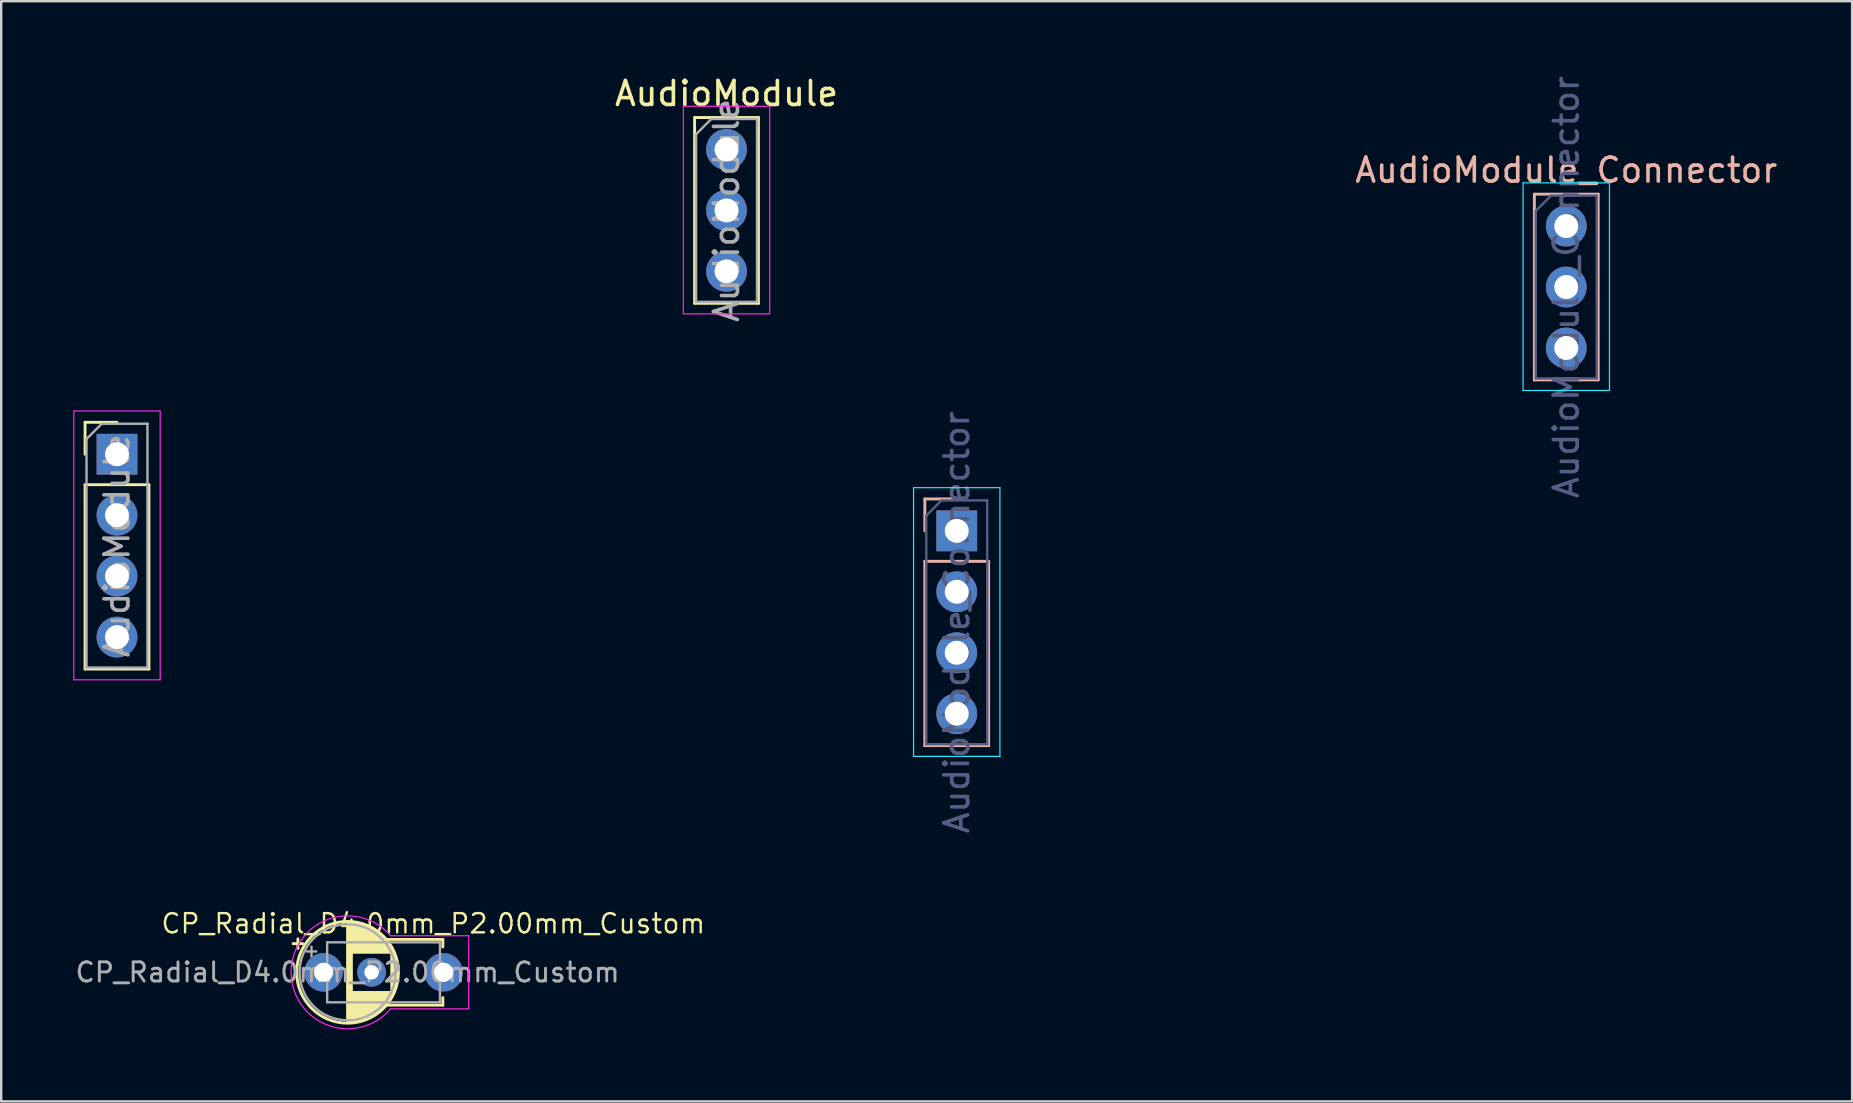
<source format=kicad_pcb>
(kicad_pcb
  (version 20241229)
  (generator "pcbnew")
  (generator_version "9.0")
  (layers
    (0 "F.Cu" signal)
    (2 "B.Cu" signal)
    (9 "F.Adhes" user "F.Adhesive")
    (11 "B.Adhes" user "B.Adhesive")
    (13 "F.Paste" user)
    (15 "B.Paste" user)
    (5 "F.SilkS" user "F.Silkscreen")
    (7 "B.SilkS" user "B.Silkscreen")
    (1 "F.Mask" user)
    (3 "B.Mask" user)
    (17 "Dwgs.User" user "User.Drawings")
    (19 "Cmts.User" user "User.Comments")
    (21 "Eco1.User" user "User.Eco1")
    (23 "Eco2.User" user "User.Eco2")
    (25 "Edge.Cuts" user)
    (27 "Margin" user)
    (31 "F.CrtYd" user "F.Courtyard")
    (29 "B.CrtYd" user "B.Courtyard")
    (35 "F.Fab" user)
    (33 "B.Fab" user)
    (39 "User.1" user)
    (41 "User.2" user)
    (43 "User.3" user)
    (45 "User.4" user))
  (footprint "CP_Radial_D4.0mm_P2.00mm_Custom"
    (layer "F.Cu")
    (at 10.433 37.467)
    (property "Reference" "CP_Radial_D4.0mm_P2.00mm_Custom" (at 4.572 -2.032 0) (layer "F.SilkS") (effects (font (size 0.8 0.8) (thickness 0.1))))
    (attr through_hole)
    (fp_line (start -1.27 -1.195) (end -0.87 -1.195) (stroke (width 0.12) (type solid)) (layer "F.SilkS"))
    (fp_line (start -1.07 -1.395) (end -1.07 -0.995) (stroke (width 0.12) (type solid)) (layer "F.SilkS"))
    (fp_line (start 1 -2.08) (end 1 2.08) (stroke (width 0.12) (type solid)) (layer "F.SilkS"))
    (fp_line (start 1.04 -2.08) (end 1.04 2.08) (stroke (width 0.12) (type solid)) (layer "F.SilkS"))
    (fp_line (start 1.08 -2.079) (end 1.08 2.079) (stroke (width 0.12) (type solid)) (layer "F.SilkS"))
    (fp_line (start 1.12 -2.077) (end 1.12 2.077) (stroke (width 0.12) (type solid)) (layer "F.SilkS"))
    (fp_line (start 1.16 -2.074) (end 1.16 2.074) (stroke (width 0.12) (type solid)) (layer "F.SilkS"))
    (fp_line (start 1.2 -2.071) (end 1.2 -0.84) (stroke (width 0.12) (type solid)) (layer "F.SilkS"))
    (fp_line (start 1.2 0.84) (end 1.2 2.071) (stroke (width 0.12) (type solid)) (layer "F.SilkS"))
    (fp_line (start 1.24 -2.067) (end 1.24 -0.84) (stroke (width 0.12) (type solid)) (layer "F.SilkS"))
    (fp_line (start 1.24 0.84) (end 1.24 2.067) (stroke (width 0.12) (type solid)) (layer "F.SilkS"))
    (fp_line (start 1.28 -2.062) (end 1.28 -0.84) (stroke (width 0.12) (type solid)) (layer "F.SilkS"))
    (fp_line (start 1.28 0.84) (end 1.28 2.062) (stroke (width 0.12) (type solid)) (layer "F.SilkS"))
    (fp_line (start 1.32 -2.056) (end 1.32 -0.84) (stroke (width 0.12) (type solid)) (layer "F.SilkS"))
    (fp_line (start 1.32 0.84) (end 1.32 2.056) (stroke (width 0.12) (type solid)) (layer "F.SilkS"))
    (fp_line (start 1.36 -2.05) (end 1.36 -0.84) (stroke (width 0.12) (type solid)) (layer "F.SilkS"))
    (fp_line (start 1.36 0.84) (end 1.36 2.05) (stroke (width 0.12) (type solid)) (layer "F.SilkS"))
    (fp_line (start 1.4 -2.042) (end 1.4 -0.84) (stroke (width 0.12) (type solid)) (layer "F.SilkS"))
    (fp_line (start 1.4 0.84) (end 1.4 2.042) (stroke (width 0.12) (type solid)) (layer "F.SilkS"))
    (fp_line (start 1.44 -2.034) (end 1.44 -0.84) (stroke (width 0.12) (type solid)) (layer "F.SilkS"))
    (fp_line (start 1.44 0.84) (end 1.44 2.034) (stroke (width 0.12) (type solid)) (layer "F.SilkS"))
    (fp_line (start 1.48 -2.025) (end 1.48 -0.84) (stroke (width 0.12) (type solid)) (layer "F.SilkS"))
    (fp_line (start 1.48 0.84) (end 1.48 2.025) (stroke (width 0.12) (type solid)) (layer "F.SilkS"))
    (fp_line (start 1.52 -2.016) (end 1.52 -0.84) (stroke (width 0.12) (type solid)) (layer "F.SilkS"))
    (fp_line (start 1.52 0.84) (end 1.52 2.016) (stroke (width 0.12) (type solid)) (layer "F.SilkS"))
    (fp_line (start 1.56 -2.005) (end 1.56 -0.84) (stroke (width 0.12) (type solid)) (layer "F.SilkS"))
    (fp_line (start 1.56 0.84) (end 1.56 2.005) (stroke (width 0.12) (type solid)) (layer "F.SilkS"))
    (fp_line (start 1.6 -1.994) (end 1.6 -0.84) (stroke (width 0.12) (type solid)) (layer "F.SilkS"))
    (fp_line (start 1.6 0.84) (end 1.6 1.994) (stroke (width 0.12) (type solid)) (layer "F.SilkS"))
    (fp_line (start 1.64 -1.982) (end 1.64 -0.84) (stroke (width 0.12) (type solid)) (layer "F.SilkS"))
    (fp_line (start 1.64 0.84) (end 1.64 1.982) (stroke (width 0.12) (type solid)) (layer "F.SilkS"))
    (fp_line (start 1.68 -1.968) (end 1.68 -0.84) (stroke (width 0.12) (type solid)) (layer "F.SilkS"))
    (fp_line (start 1.68 0.84) (end 1.68 1.968) (stroke (width 0.12) (type solid)) (layer "F.SilkS"))
    (fp_line (start 1.721 -1.954) (end 1.721 -0.84) (stroke (width 0.12) (type solid)) (layer "F.SilkS"))
    (fp_line (start 1.721 0.84) (end 1.721 1.954) (stroke (width 0.12) (type solid)) (layer "F.SilkS"))
    (fp_line (start 1.761 -1.94) (end 1.761 -0.84) (stroke (width 0.12) (type solid)) (layer "F.SilkS"))
    (fp_line (start 1.761 0.84) (end 1.761 1.94) (stroke (width 0.12) (type solid)) (layer "F.SilkS"))
    (fp_line (start 1.801 -1.924) (end 1.801 -0.84) (stroke (width 0.12) (type solid)) (layer "F.SilkS"))
    (fp_line (start 1.801 0.84) (end 1.801 1.924) (stroke (width 0.12) (type solid)) (layer "F.SilkS"))
    (fp_line (start 1.841 -1.907) (end 1.841 -0.84) (stroke (width 0.12) (type solid)) (layer "F.SilkS"))
    (fp_line (start 1.841 0.84) (end 1.841 1.907) (stroke (width 0.12) (type solid)) (layer "F.SilkS"))
    (fp_line (start 1.881 -1.889) (end 1.881 -0.84) (stroke (width 0.12) (type solid)) (layer "F.SilkS"))
    (fp_line (start 1.881 0.84) (end 1.881 1.889) (stroke (width 0.12) (type solid)) (layer "F.SilkS"))
    (fp_line (start 1.921 -1.87) (end 1.921 -0.84) (stroke (width 0.12) (type solid)) (layer "F.SilkS"))
    (fp_line (start 1.921 0.84) (end 1.921 1.87) (stroke (width 0.12) (type solid)) (layer "F.SilkS"))
    (fp_line (start 1.961 -1.851) (end 1.961 -0.84) (stroke (width 0.12) (type solid)) (layer "F.SilkS"))
    (fp_line (start 1.961 0.84) (end 1.961 1.851) (stroke (width 0.12) (type solid)) (layer "F.SilkS"))
    (fp_line (start 2.001 -1.83) (end 2.001 -0.84) (stroke (width 0.12) (type solid)) (layer "F.SilkS"))
    (fp_line (start 2.001 0.84) (end 2.001 1.83) (stroke (width 0.12) (type solid)) (layer "F.SilkS"))
    (fp_line (start 2.041 -1.808) (end 2.041 -0.84) (stroke (width 0.12) (type solid)) (layer "F.SilkS"))
    (fp_line (start 2.041 0.84) (end 2.041 1.808) (stroke (width 0.12) (type solid)) (layer "F.SilkS"))
    (fp_line (start 2.081 -1.785) (end 2.081 -0.84) (stroke (width 0.12) (type solid)) (layer "F.SilkS"))
    (fp_line (start 2.081 0.84) (end 2.081 1.785) (stroke (width 0.12) (type solid)) (layer "F.SilkS"))
    (fp_line (start 2.121 -1.76) (end 2.121 -0.84) (stroke (width 0.12) (type solid)) (layer "F.SilkS"))
    (fp_line (start 2.121 0.84) (end 2.121 1.76) (stroke (width 0.12) (type solid)) (layer "F.SilkS"))
    (fp_line (start 2.161 -1.735) (end 2.161 -0.84) (stroke (width 0.12) (type solid)) (layer "F.SilkS"))
    (fp_line (start 2.161 0.84) (end 2.161 1.735) (stroke (width 0.12) (type solid)) (layer "F.SilkS"))
    (fp_line (start 2.201 -1.708) (end 2.201 -0.84) (stroke (width 0.12) (type solid)) (layer "F.SilkS"))
    (fp_line (start 2.201 0.84) (end 2.201 1.708) (stroke (width 0.12) (type solid)) (layer "F.SilkS"))
    (fp_line (start 2.241 -1.68) (end 2.241 -0.84) (stroke (width 0.12) (type solid)) (layer "F.SilkS"))
    (fp_line (start 2.241 0.84) (end 2.241 1.68) (stroke (width 0.12) (type solid)) (layer "F.SilkS"))
    (fp_line (start 2.281 -1.65) (end 2.281 -0.84) (stroke (width 0.12) (type solid)) (layer "F.SilkS"))
    (fp_line (start 2.281 0.84) (end 2.281 1.65) (stroke (width 0.12) (type solid)) (layer "F.SilkS"))
    (fp_line (start 2.321 -1.619) (end 2.321 -0.84) (stroke (width 0.12) (type solid)) (layer "F.SilkS"))
    (fp_line (start 2.321 0.84) (end 2.321 1.619) (stroke (width 0.12) (type solid)) (layer "F.SilkS"))
    (fp_line (start 2.361 -1.587) (end 2.361 -0.84) (stroke (width 0.12) (type solid)) (layer "F.SilkS"))
    (fp_line (start 2.361 0.84) (end 2.361 1.587) (stroke (width 0.12) (type solid)) (layer "F.SilkS"))
    (fp_line (start 2.401 -1.552) (end 2.401 -0.84) (stroke (width 0.12) (type solid)) (layer "F.SilkS"))
    (fp_line (start 2.401 0.84) (end 2.401 1.552) (stroke (width 0.12) (type solid)) (layer "F.SilkS"))
    (fp_line (start 2.441 -1.516) (end 2.441 -0.84) (stroke (width 0.12) (type solid)) (layer "F.SilkS"))
    (fp_line (start 2.441 0.84) (end 2.441 1.516) (stroke (width 0.12) (type solid)) (layer "F.SilkS"))
    (fp_line (start 2.481 -1.478) (end 2.481 -0.84) (stroke (width 0.12) (type solid)) (layer "F.SilkS"))
    (fp_line (start 2.481 0.84) (end 2.481 1.478) (stroke (width 0.12) (type solid)) (layer "F.SilkS"))
    (fp_line (start 2.521 -1.438) (end 2.521 -0.84) (stroke (width 0.12) (type solid)) (layer "F.SilkS"))
    (fp_line (start 2.521 0.84) (end 2.521 1.438) (stroke (width 0.12) (type solid)) (layer "F.SilkS"))
    (fp_line (start 2.54 -1.37) (end 4.97 -1.37) (stroke (width 0.12) (type solid)) (layer "F.SilkS"))
    (fp_line (start 2.54 1.37) (end 4.97 1.37) (stroke (width 0.12) (type solid)) (layer "F.SilkS"))
    (fp_line (start 2.561 -1.396) (end 2.561 -0.84) (stroke (width 0.12) (type solid)) (layer "F.SilkS"))
    (fp_line (start 2.561 0.84) (end 2.561 1.396) (stroke (width 0.12) (type solid)) (layer "F.SilkS"))
    (fp_line (start 2.601 -1.351) (end 2.601 -0.84) (stroke (width 0.12) (type solid)) (layer "F.SilkS"))
    (fp_line (start 2.601 0.84) (end 2.601 1.351) (stroke (width 0.12) (type solid)) (layer "F.SilkS"))
    (fp_line (start 2.641 -1.304) (end 2.641 -0.84) (stroke (width 0.12) (type solid)) (layer "F.SilkS"))
    (fp_line (start 2.641 0.84) (end 2.641 1.304) (stroke (width 0.12) (type solid)) (layer "F.SilkS"))
    (fp_line (start 2.681 -1.254) (end 2.681 -0.84) (stroke (width 0.12) (type solid)) (layer "F.SilkS"))
    (fp_line (start 2.681 0.84) (end 2.681 1.254) (stroke (width 0.12) (type solid)) (layer "F.SilkS"))
    (fp_line (start 2.721 -1.2) (end 2.721 -0.84) (stroke (width 0.12) (type solid)) (layer "F.SilkS"))
    (fp_line (start 2.721 0.84) (end 2.721 1.2) (stroke (width 0.12) (type solid)) (layer "F.SilkS"))
    (fp_line (start 2.761 -1.142) (end 2.761 -0.84) (stroke (width 0.12) (type solid)) (layer "F.SilkS"))
    (fp_line (start 2.761 0.84) (end 2.761 1.142) (stroke (width 0.12) (type solid)) (layer "F.SilkS"))
    (fp_line (start 2.801 -1.08) (end 2.801 -0.84) (stroke (width 0.12) (type solid)) (layer "F.SilkS"))
    (fp_line (start 2.801 0.84) (end 2.801 1.08) (stroke (width 0.12) (type solid)) (layer "F.SilkS"))
    (fp_line (start 2.841 -1.013) (end 2.841 1.013) (stroke (width 0.12) (type solid)) (layer "F.SilkS"))
    (fp_line (start 2.881 -0.94) (end 2.881 0.94) (stroke (width 0.12) (type solid)) (layer "F.SilkS"))
    (fp_line (start 2.921 -0.859) (end 2.921 0.859) (stroke (width 0.12) (type solid)) (layer "F.SilkS"))
    (fp_line (start 2.961 -0.768) (end 2.961 0.768) (stroke (width 0.12) (type solid)) (layer "F.SilkS"))
    (fp_line (start 3.001 -0.664) (end 3.001 0.664) (stroke (width 0.12) (type solid)) (layer "F.SilkS"))
    (fp_line (start 3.041 -0.537) (end 3.041 0.537) (stroke (width 0.12) (type solid)) (layer "F.SilkS"))
    (fp_line (start 3.081 -0.37) (end 3.081 0.37) (stroke (width 0.12) (type solid)) (layer "F.SilkS"))
    (fp_line (start 4.97 -1.37) (end 4.97 -1.055) (stroke (width 0.12) (type solid)) (layer "F.SilkS"))
    (fp_line (start 4.97 1.055) (end 4.97 1.37) (stroke (width 0.12) (type solid)) (layer "F.SilkS"))
    (fp_circle (center 1 0) (end 3.12 0) (stroke (width 0.12) (type solid)) (fill no) (layer "F.SilkS"))
    (fp_line (start 2.794 1.524) (end 6.05 1.524) (stroke (width 0.05) (type solid)) (layer "F.CrtYd"))
    (fp_line (start 6.05 -1.524) (end 2.794 -1.524) (stroke (width 0.05) (type solid)) (layer "F.CrtYd"))
    (fp_line (start 6.05 1.524) (end 6.05 -1.524) (stroke (width 0.05) (type solid)) (layer "F.CrtYd"))
    (fp_arc (start 2.794 1.524) (mid -1.353935 0) (end 2.794 -1.524) (stroke (width 0.05) (type default)) (layer "F.CrtYd"))
    (fp_line (start -0.703 -0.868) (end -0.303 -0.868) (stroke (width 0.1) (type solid)) (layer "F.Fab"))
    (fp_line (start -0.503 -1.067) (end -0.503 -0.667) (stroke (width 0.1) (type solid)) (layer "F.Fab"))
    (fp_line (start 0.15 -1.25) (end 0.15 1.25) (stroke (width 0.1) (type solid)) (layer "F.Fab"))
    (fp_line (start 0.15 1.25) (end 4.85 1.25) (stroke (width 0.1) (type solid)) (layer "F.Fab"))
    (fp_line (start 4.85 -1.25) (end 0.15 -1.25) (stroke (width 0.1) (type solid)) (layer "F.Fab"))
    (fp_line (start 4.85 1.25) (end 4.85 -1.25) (stroke (width 0.1) (type solid)) (layer "F.Fab"))
    (fp_circle (center 1 0) (end 3 0) (stroke (width 0.1) (type solid)) (fill no) (layer "F.Fab"))
    (fp_text user "${REFERENCE}" (at 1 0 0) (layer "F.Fab") (effects (font (size 0.8 0.8) (thickness 0.12))))
    (pad "1" thru_hole circle (at 0 0) (size 1.6 1.6) (drill 0.8) (layers "*.Cu" "*.Mask"))
    (pad "2" thru_hole circle (at 2 0) (size 1.2 1.2) (drill 0.6) (layers "*.Cu" "*.Mask"))
    (pad "2" thru_hole circle (at 5 0) (size 1.6 1.6) (drill 0.8) (layers "*.Cu" "*.Mask")))
  (footprint "AudioModule_Connector"
    (layer "F.Cu")
    (at 62.218 6.371)
    (property "Reference" "AudioModule_Connector" (at 0 -2.33 0) (layer "B.SilkS") (effects (font (size 1 1) (thickness 0.15))))
    (attr through_hole)
    (fp_line (start -26.73 11.37) (end -25.4 11.37) (stroke (width 0.12) (type solid)) (layer "B.SilkS"))
    (fp_line (start -26.73 12.7) (end -26.73 11.37) (stroke (width 0.12) (type solid)) (layer "B.SilkS"))
    (fp_line (start -26.73 13.97) (end -26.73 21.65) (stroke (width 0.12) (type solid)) (layer "B.SilkS"))
    (fp_line (start -26.73 13.97) (end -24.07 13.97) (stroke (width 0.12) (type solid)) (layer "B.SilkS"))
    (fp_line (start -26.73 21.65) (end -24.07 21.65) (stroke (width 0.12) (type solid)) (layer "B.SilkS"))
    (fp_line (start -24.07 13.97) (end -24.07 21.65) (stroke (width 0.12) (type solid)) (layer "B.SilkS"))
    (fp_line (start -1.33 -1.33) (end -1.33 6.41) (stroke (width 0.12) (type solid)) (layer "B.SilkS"))
    (fp_line (start -1.33 -1.33) (end 1.33 -1.33) (stroke (width 0.12) (type solid)) (layer "B.SilkS"))
    (fp_line (start -1.33 6.41) (end 1.33 6.41) (stroke (width 0.12) (type solid)) (layer "B.SilkS"))
    (fp_line (start 1.33 -1.33) (end 1.33 6.41) (stroke (width 0.12) (type solid)) (layer "B.SilkS"))
    (fp_line (start -27.2 10.9) (end -27.2 22.1) (stroke (width 0.05) (type solid)) (layer "B.CrtYd"))
    (fp_line (start -27.2 22.1) (end -23.6 22.1) (stroke (width 0.05) (type solid)) (layer "B.CrtYd"))
    (fp_line (start -23.6 10.9) (end -27.2 10.9) (stroke (width 0.05) (type solid)) (layer "B.CrtYd"))
    (fp_line (start -23.6 22.1) (end -23.6 10.9) (stroke (width 0.05) (type solid)) (layer "B.CrtYd"))
    (fp_line (start -1.8 -1.8) (end -1.8 6.85) (stroke (width 0.05) (type solid)) (layer "B.CrtYd"))
    (fp_line (start -1.8 6.85) (end 1.8 6.85) (stroke (width 0.05) (type solid)) (layer "B.CrtYd"))
    (fp_line (start 1.8 -1.8) (end -1.8 -1.8) (stroke (width 0.05) (type solid)) (layer "B.CrtYd"))
    (fp_line (start 1.8 6.85) (end 1.8 -1.8) (stroke (width 0.05) (type solid)) (layer "B.CrtYd"))
    (fp_line (start -26.67 12.065) (end -26.035 11.43) (stroke (width 0.1) (type solid)) (layer "B.Fab"))
    (fp_line (start -26.67 21.59) (end -26.67 12.065) (stroke (width 0.1) (type solid)) (layer "B.Fab"))
    (fp_line (start -26.035 11.43) (end -24.13 11.43) (stroke (width 0.1) (type solid)) (layer "B.Fab"))
    (fp_line (start -24.13 11.43) (end -24.13 21.59) (stroke (width 0.1) (type solid)) (layer "B.Fab"))
    (fp_line (start -24.13 21.59) (end -26.67 21.59) (stroke (width 0.1) (type solid)) (layer "B.Fab"))
    (fp_line (start -1.27 -0.635) (end -0.635 -1.27) (stroke (width 0.1) (type solid)) (layer "B.Fab"))
    (fp_line (start -1.27 6.35) (end -1.27 -0.635) (stroke (width 0.1) (type solid)) (layer "B.Fab"))
    (fp_line (start -0.635 -1.27) (end 1.27 -1.27) (stroke (width 0.1) (type solid)) (layer "B.Fab"))
    (fp_line (start 1.27 -1.27) (end 1.27 6.35) (stroke (width 0.1) (type solid)) (layer "B.Fab"))
    (fp_line (start 1.27 6.35) (end -1.27 6.35) (stroke (width 0.1) (type solid)) (layer "B.Fab"))
    (fp_text user "${REFERENCE}" (at -25.4 16.51 90) (layer "B.Fab") (effects (font (size 1 1) (thickness 0.15))))
    (fp_text user "${REFERENCE}" (at 0 2.54 90) (layer "B.Fab") (effects (font (size 1 1) (thickness 0.15))))
    (pad "1" thru_hole rect (at -25.4 12.7) (size 1.7 1.7) (drill 1) (layers "*.Cu" "*.Mask"))
    (pad "2" thru_hole oval (at -25.4 15.24) (size 1.7 1.7) (drill 1) (layers "*.Cu" "*.Mask"))
    (pad "3" thru_hole oval (at -25.4 17.78) (size 1.7 1.7) (drill 1) (layers "*.Cu" "*.Mask"))
    (pad "4" thru_hole oval (at -25.4 20.32) (size 1.7 1.7) (drill 1) (layers "*.Cu" "*.Mask"))
    (pad "5" thru_hole oval (at 0 5.08) (size 1.7 1.7) (drill 1) (layers "*.Cu" "*.Mask"))
    (pad "6" thru_hole oval (at 0 2.54) (size 1.7 1.7) (drill 1) (layers "*.Cu" "*.Mask"))
    (pad "7" thru_hole oval (at 0 0) (size 1.7 1.7) (drill 1) (layers "*.Cu" "*.Mask")))
  (footprint "AudioModule"
    (layer "F.Cu")
    (at 27.225 3.178)
    (property "Reference" "AudioModule" (at 0 -2.33 0) (layer "F.SilkS") (effects (font (size 1 1) (thickness 0.15))))
    (attr through_hole)
    (fp_line (start -26.73 11.37) (end -25.4 11.37) (stroke (width 0.12) (type solid)) (layer "F.SilkS"))
    (fp_line (start -26.73 12.7) (end -26.73 11.37) (stroke (width 0.12) (type solid)) (layer "F.SilkS"))
    (fp_line (start -26.73 13.97) (end -26.73 21.65) (stroke (width 0.12) (type solid)) (layer "F.SilkS"))
    (fp_line (start -26.73 13.97) (end -24.07 13.97) (stroke (width 0.12) (type solid)) (layer "F.SilkS"))
    (fp_line (start -26.73 21.65) (end -24.07 21.65) (stroke (width 0.12) (type solid)) (layer "F.SilkS"))
    (fp_line (start -24.07 13.97) (end -24.07 21.65) (stroke (width 0.12) (type solid)) (layer "F.SilkS"))
    (fp_line (start -1.33 -1.33) (end -1.33 6.41) (stroke (width 0.12) (type solid)) (layer "F.SilkS"))
    (fp_line (start -1.33 -1.33) (end 1.33 -1.33) (stroke (width 0.12) (type solid)) (layer "F.SilkS"))
    (fp_line (start -1.33 6.41) (end 1.33 6.41) (stroke (width 0.12) (type solid)) (layer "F.SilkS"))
    (fp_line (start 1.33 -1.33) (end 1.33 6.41) (stroke (width 0.12) (type solid)) (layer "F.SilkS"))
    (fp_line (start -27.2 10.9) (end -27.2 22.1) (stroke (width 0.05) (type solid)) (layer "F.CrtYd"))
    (fp_line (start -27.2 22.1) (end -23.6 22.1) (stroke (width 0.05) (type solid)) (layer "F.CrtYd"))
    (fp_line (start -23.6 10.9) (end -27.2 10.9) (stroke (width 0.05) (type solid)) (layer "F.CrtYd"))
    (fp_line (start -23.6 22.1) (end -23.6 10.9) (stroke (width 0.05) (type solid)) (layer "F.CrtYd"))
    (fp_line (start -1.8 -1.8) (end -1.8 6.85) (stroke (width 0.05) (type solid)) (layer "F.CrtYd"))
    (fp_line (start -1.8 6.85) (end 1.8 6.85) (stroke (width 0.05) (type solid)) (layer "F.CrtYd"))
    (fp_line (start 1.8 -1.8) (end -1.8 -1.8) (stroke (width 0.05) (type solid)) (layer "F.CrtYd"))
    (fp_line (start 1.8 6.85) (end 1.8 -1.8) (stroke (width 0.05) (type solid)) (layer "F.CrtYd"))
    (fp_line (start -26.67 12.065) (end -26.035 11.43) (stroke (width 0.1) (type solid)) (layer "F.Fab"))
    (fp_line (start -26.67 21.59) (end -26.67 12.065) (stroke (width 0.1) (type solid)) (layer "F.Fab"))
    (fp_line (start -26.035 11.43) (end -24.13 11.43) (stroke (width 0.1) (type solid)) (layer "F.Fab"))
    (fp_line (start -24.13 11.43) (end -24.13 21.59) (stroke (width 0.1) (type solid)) (layer "F.Fab"))
    (fp_line (start -24.13 21.59) (end -26.67 21.59) (stroke (width 0.1) (type solid)) (layer "F.Fab"))
    (fp_line (start -1.27 -0.635) (end -0.635 -1.27) (stroke (width 0.1) (type solid)) (layer "F.Fab"))
    (fp_line (start -1.27 6.35) (end -1.27 -0.635) (stroke (width 0.1) (type solid)) (layer "F.Fab"))
    (fp_line (start -0.635 -1.27) (end 1.27 -1.27) (stroke (width 0.1) (type solid)) (layer "F.Fab"))
    (fp_line (start 1.27 -1.27) (end 1.27 6.35) (stroke (width 0.1) (type solid)) (layer "F.Fab"))
    (fp_line (start 1.27 6.35) (end -1.27 6.35) (stroke (width 0.1) (type solid)) (layer "F.Fab"))
    (fp_text user "${REFERENCE}" (at 0 2.54 90) (layer "F.Fab") (effects (font (size 1 1) (thickness 0.15))))
    (fp_text user "${REFERENCE}" (at -25.4 16.51 90) (layer "F.Fab") (effects (font (size 1 1) (thickness 0.15))))
    (pad "1" thru_hole rect (at -25.4 12.7) (size 1.7 1.7) (drill 1) (layers "*.Cu" "*.Mask"))
    (pad "2" thru_hole oval (at -25.4 15.24) (size 1.7 1.7) (drill 1) (layers "*.Cu" "*.Mask"))
    (pad "3" thru_hole oval (at -25.4 17.78) (size 1.7 1.7) (drill 1) (layers "*.Cu" "*.Mask"))
    (pad "4" thru_hole oval (at -25.4 20.32) (size 1.7 1.7) (drill 1) (layers "*.Cu" "*.Mask"))
    (pad "5" thru_hole oval (at 0 5.08) (size 1.7 1.7) (drill 1) (layers "*.Cu" "*.Mask"))
    (pad "6" thru_hole oval (at 0 2.54) (size 1.7 1.7) (drill 1) (layers "*.Cu" "*.Mask"))
    (pad "7" thru_hole oval (at 0 0) (size 1.7 1.7) (drill 1) (layers "*.Cu" "*.Mask")))
  (gr_rect
    (start -3 -3)
    (end 74.129 42.846)
    (stroke (width 0.1) (type default))
    (fill no)
    (layer "Edge.Cuts")))
</source>
